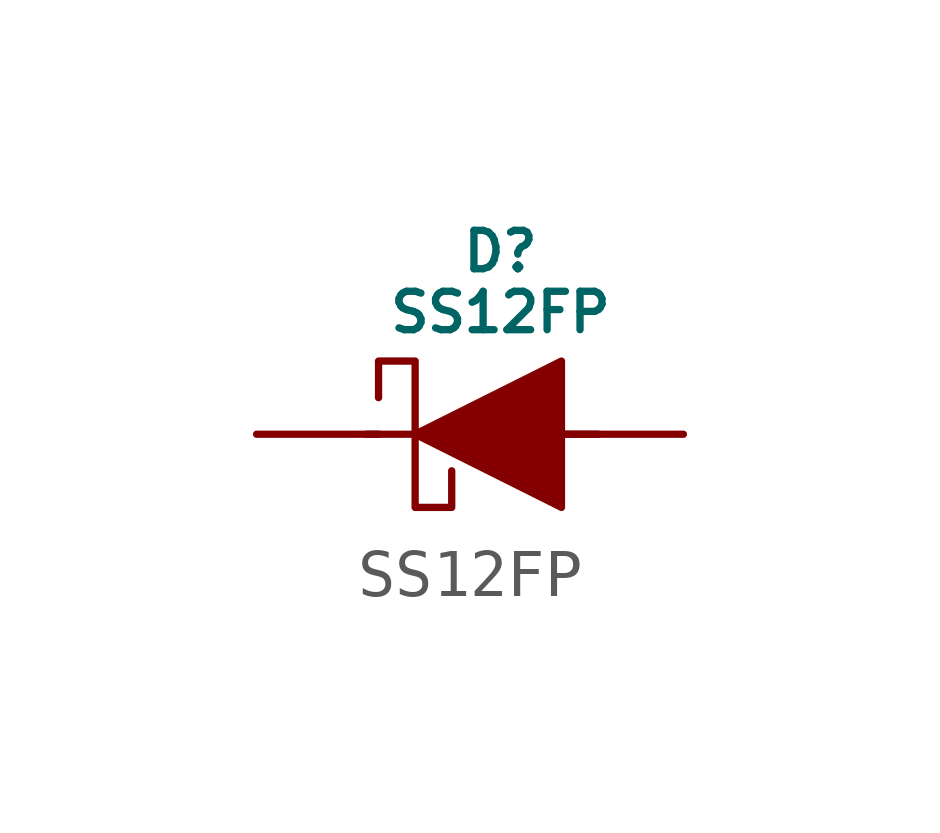
<source format=kicad_sym>
(kicad_symbol_lib
  (version 20220914)
  (generator kicad_symbol_editor)
  (symbol "SS12FP"
    (pin_numbers hide)
    (pin_names hide)
    (property "Reference" "D"
      (at 11.43 3.81 0)
      (do_not_autoplace)
      (effects (font (size 0.8 0.8))))
    (property "Value" "SS12FP"
      (at 11.43 2.54 0)
      (do_not_autoplace)
      (effects (font (size 0.8 0.8))))
    (symbol "SS12FP_0_1"
      (polyline (pts (xy 8.636 0) (xy 9.652 0)) (stroke (width 0) (type default)) (fill (type none)))
      (polyline (pts (xy 13.462 0) (xy 12.7 0)) (stroke (width 0) (type default)) (fill (type none))))
    (symbol "SS12FP_1_1"
      (polyline (pts (xy 9.652 0) (xy 9.652 -1.524) (xy 10.414 -1.524) (xy 10.414 -0.762)) (stroke (width 0) (type default)) (fill (type none)))
      (polyline (pts (xy 9.652 0) (xy 9.652 1.524) (xy 8.89 1.524) (xy 8.89 0.762)) (stroke (width 0) (type default)) (fill (type none)))
      (polyline (pts (xy 12.7 1.524) (xy 12.7 0) (xy 12.7 -1.524) (xy 9.652 0) (xy 12.7 1.524)) (stroke (width 0) (type default)) (fill (type outline)))
      (pin passive line (at 6.35 0 0) (length 2.54) (name "K" (effects (font (size 1.27 1.27)))) (number "1" (effects (font (size 1.27 1.27)))))
      (pin passive line (at 15.24 0 180) (length 2.54) (name "A" (effects (font (size 1.27 1.27)))) (number "2" (effects (font (size 1.27 1.27))))))))
</source>
